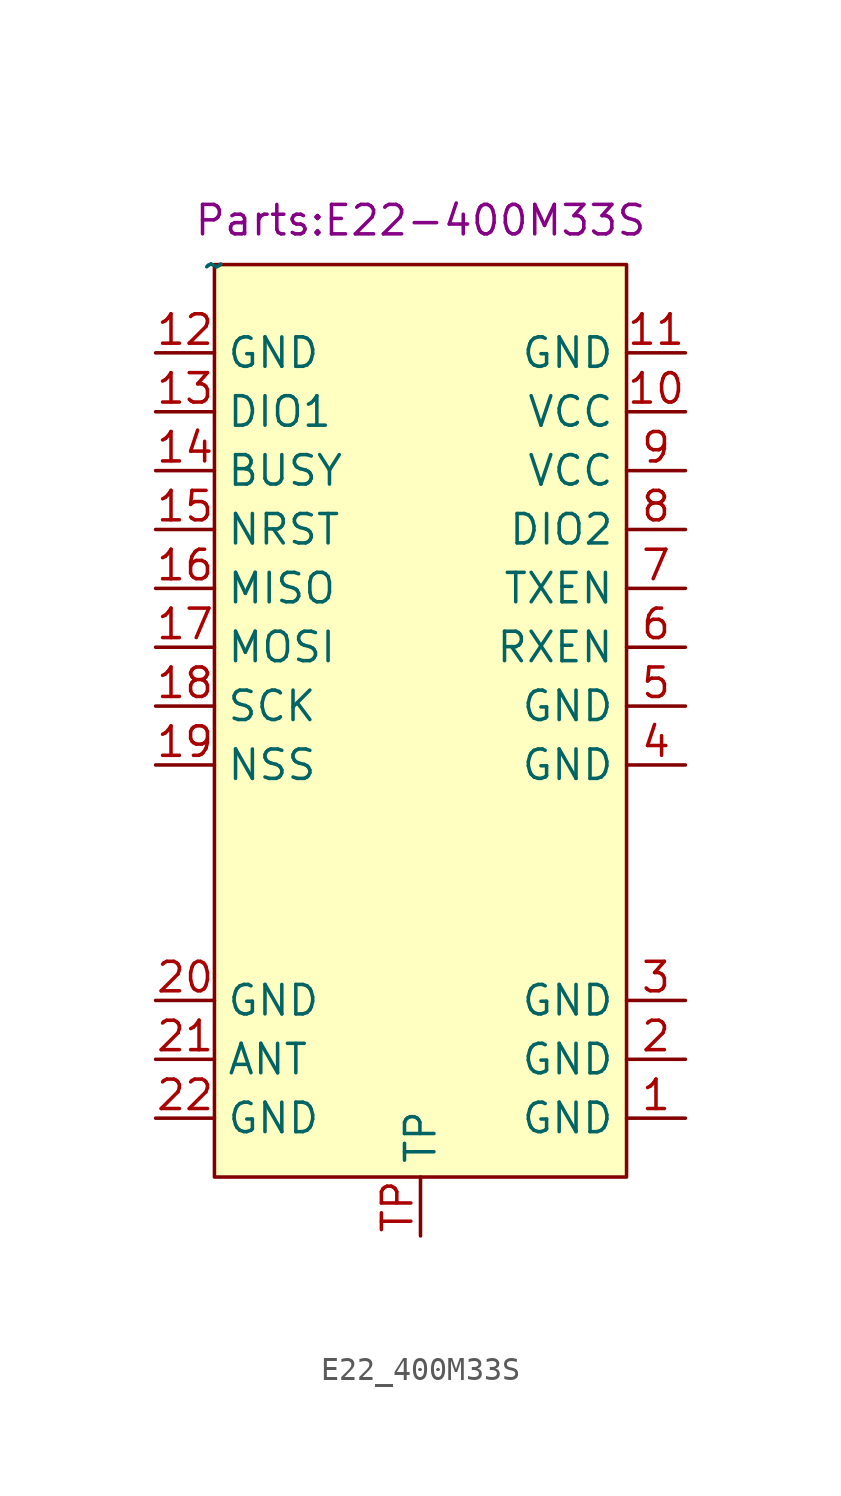
<source format=kicad_sym>
(kicad_symbol_lib
  (version 20231120)
  (generator "kicad_symbol_editor")
  (generator_version "8.0")
  (symbol "E22_400M33S"
    (property "Reference" "U2"
      (at 8.89 4.445 0)
      (effects (font (size 1.27 1.27)) (hide yes)))
    (property "Value" "~"
      (at 0 0 0)
      (effects (font (size 1.27 1.27))))
    (property "Footprint" "Parts:E22-400M33S"
      (at 8.89 1.905 0)
      (effects (font (size 1.27 1.27))))
    (symbol "E22_400M33S_1_1"
      (rectangle (start 0 0) (end 17.78 -39.37) (stroke (width 0) (type default)) (fill (type background)))
      (pin power_in line (at 20.32 -36.83 180) (length 2.54) (name "GND" (effects (font (size 1.27 1.27)))) (number "1" (effects (font (size 1.27 1.27)))))
      (pin power_in line (at 20.32 -6.35 180) (length 2.54) (name "VCC" (effects (font (size 1.27 1.27)))) (number "10" (effects (font (size 1.27 1.27)))))
      (pin power_in line (at 20.32 -3.81 180) (length 2.54) (name "GND" (effects (font (size 1.27 1.27)))) (number "11" (effects (font (size 1.27 1.27)))))
      (pin power_in line (at -2.54 -3.81 0) (length 2.54) (name "GND" (effects (font (size 1.27 1.27)))) (number "12" (effects (font (size 1.27 1.27)))))
      (pin bidirectional line (at -2.54 -6.35 0) (length 2.54) (name "DIO1" (effects (font (size 1.27 1.27)))) (number "13" (effects (font (size 1.27 1.27)))))
      (pin output line (at -2.54 -8.89 0) (length 2.54) (name "BUSY" (effects (font (size 1.27 1.27)))) (number "14" (effects (font (size 1.27 1.27)))))
      (pin input line (at -2.54 -11.43 0) (length 2.54) (name "NRST" (effects (font (size 1.27 1.27)))) (number "15" (effects (font (size 1.27 1.27)))))
      (pin output line (at -2.54 -13.97 0) (length 2.54) (name "MISO" (effects (font (size 1.27 1.27)))) (number "16" (effects (font (size 1.27 1.27)))))
      (pin input line (at -2.54 -16.51 0) (length 2.54) (name "MOSI" (effects (font (size 1.27 1.27)))) (number "17" (effects (font (size 1.27 1.27)))))
      (pin input line (at -2.54 -19.05 0) (length 2.54) (name "SCK" (effects (font (size 1.27 1.27)))) (number "18" (effects (font (size 1.27 1.27)))))
      (pin input line (at -2.54 -21.59 0) (length 2.54) (name "NSS" (effects (font (size 1.27 1.27)))) (number "19" (effects (font (size 1.27 1.27)))))
      (pin power_in line (at 20.32 -34.29 180) (length 2.54) (name "GND" (effects (font (size 1.27 1.27)))) (number "2" (effects (font (size 1.27 1.27)))))
      (pin power_in line (at -2.54 -31.75 0) (length 2.54) (name "GND" (effects (font (size 1.27 1.27)))) (number "20" (effects (font (size 1.27 1.27)))))
      (pin bidirectional line (at -2.54 -34.29 0) (length 2.54) (name "ANT" (effects (font (size 1.27 1.27)))) (number "21" (effects (font (size 1.27 1.27)))))
      (pin power_in line (at -2.54 -36.83 0) (length 2.54) (name "GND" (effects (font (size 1.27 1.27)))) (number "22" (effects (font (size 1.27 1.27)))))
      (pin power_in line (at 20.32 -31.75 180) (length 2.54) (name "GND" (effects (font (size 1.27 1.27)))) (number "3" (effects (font (size 1.27 1.27)))))
      (pin power_in line (at 20.32 -21.59 180) (length 2.54) (name "GND" (effects (font (size 1.27 1.27)))) (number "4" (effects (font (size 1.27 1.27)))))
      (pin power_in line (at 20.32 -19.05 180) (length 2.54) (name "GND" (effects (font (size 1.27 1.27)))) (number "5" (effects (font (size 1.27 1.27)))))
      (pin input line (at 20.32 -16.51 180) (length 2.54) (name "RXEN" (effects (font (size 1.27 1.27)))) (number "6" (effects (font (size 1.27 1.27)))))
      (pin input line (at 20.32 -13.97 180) (length 2.54) (name "TXEN" (effects (font (size 1.27 1.27)))) (number "7" (effects (font (size 1.27 1.27)))))
      (pin bidirectional line (at 20.32 -11.43 180) (length 2.54) (name "DIO2" (effects (font (size 1.27 1.27)))) (number "8" (effects (font (size 1.27 1.27)))))
      (pin power_in line (at 20.32 -8.89 180) (length 2.54) (name "VCC" (effects (font (size 1.27 1.27)))) (number "9" (effects (font (size 1.27 1.27)))))
      (pin passive line (at 8.89 -41.91 90) (length 2.54) (name "TP" (effects (font (size 1.27 1.27)))) (number "TP" (effects (font (size 1.27 1.27))))))))
</source>
